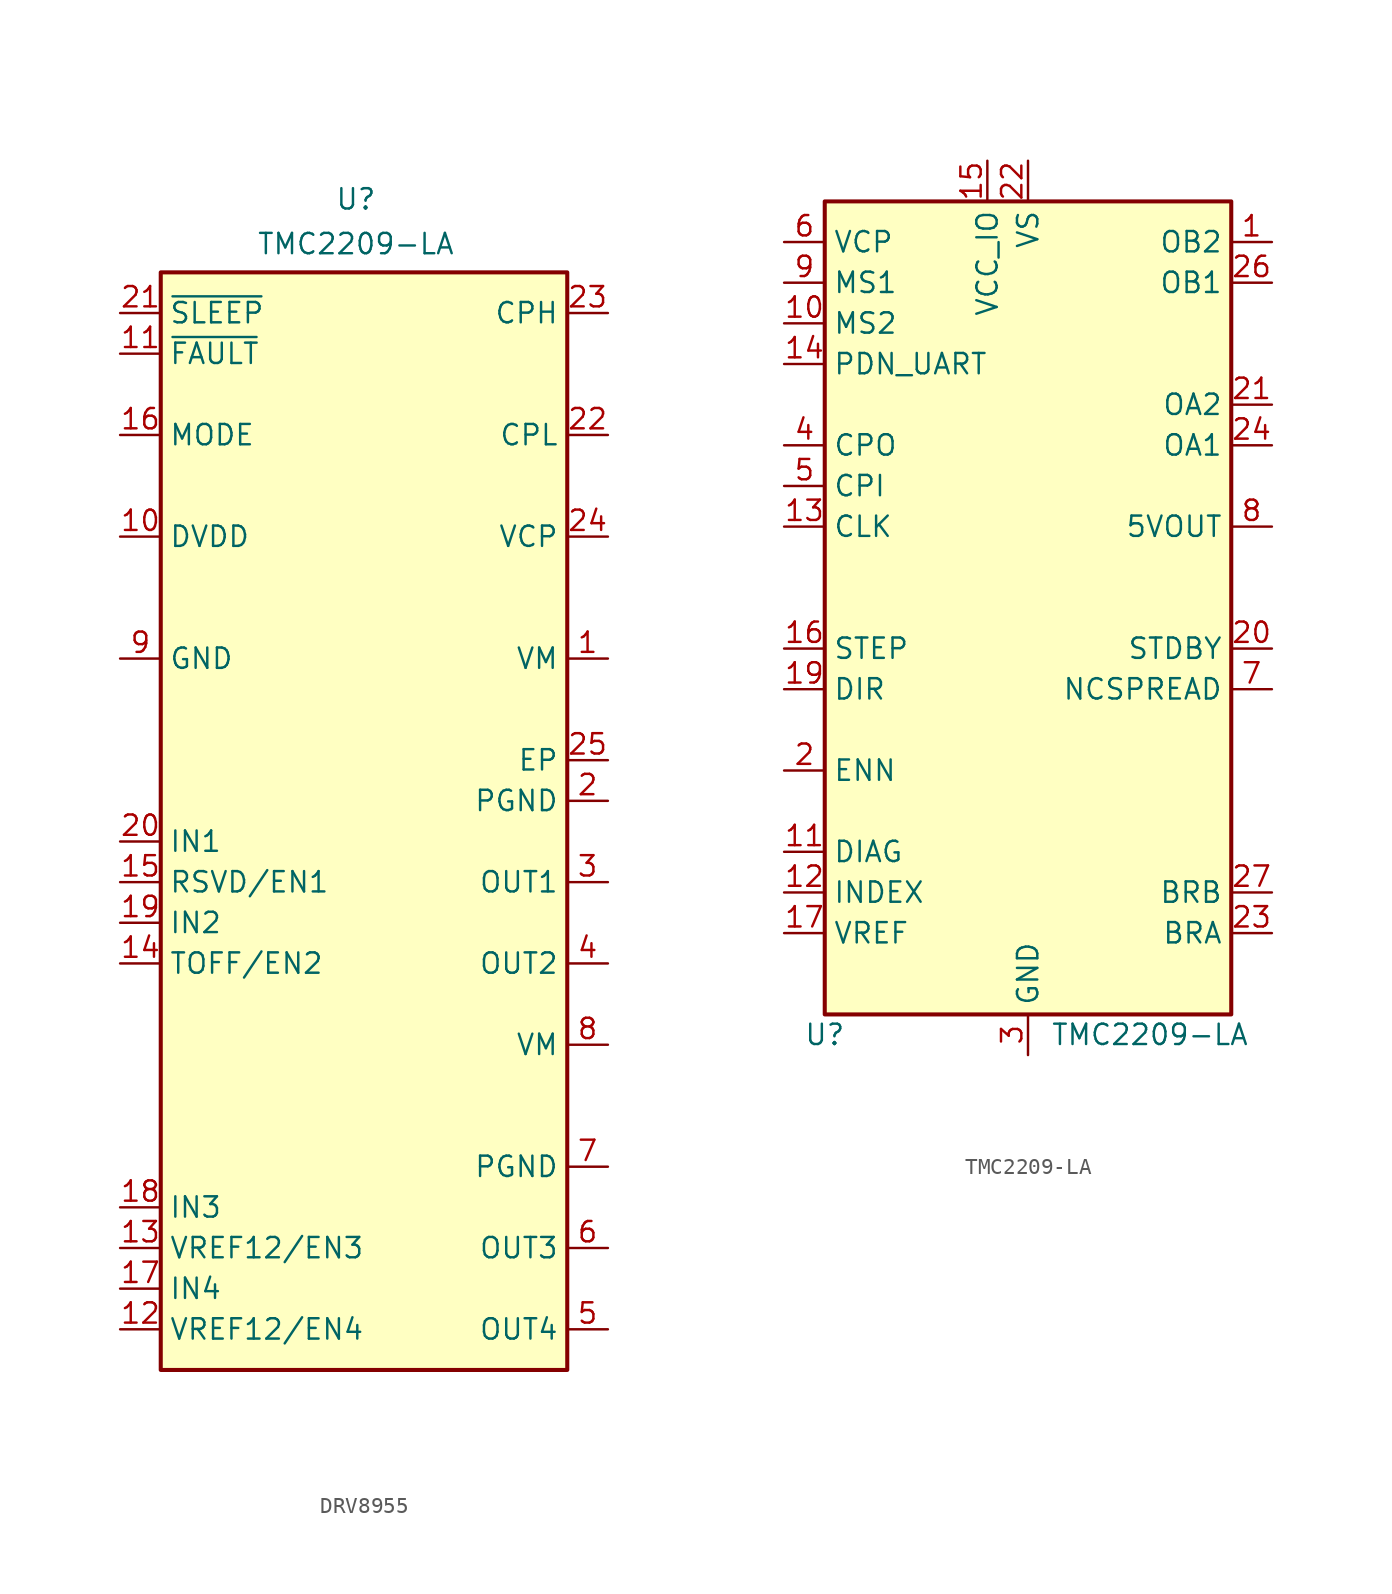
<source format=kicad_sym>
(kicad_symbol_lib
  (version 20241209)
  (generator "kicad_symbol_editor")
  (generator_version "9.0")
  (symbol "DRV8955"
    (property "Reference" "U"
      (at -0.508 38.862 0)
      (effects (font (size 1.27 1.27))))
    (property "Value" "TMC2209-LA"
      (at -0.508 36.068 0)
      (effects (font (size 1.27 1.27))))
    (symbol "DRV8955_1_1"
      (rectangle (start -12.7 34.29) (end 12.7 -34.29) (stroke (width 0.254) (type default)) (fill (type background)))
      (pin input line (at -15.24 31.75 0) (length 2.54) (name "~{SLEEP}" (effects (font (size 1.27 1.27)))) (number "21" (effects (font (size 1.27 1.27)))))
      (pin output line (at -15.24 29.21 0) (length 2.54) (name "~{FAULT}" (effects (font (size 1.27 1.27)))) (number "11" (effects (font (size 1.27 1.27)))))
      (pin input line (at -15.24 24.13 0) (length 2.54) (name "MODE" (effects (font (size 1.27 1.27)))) (number "16" (effects (font (size 1.27 1.27)))))
      (pin power_in line (at -15.24 17.78 0) (length 2.54) (name "DVDD" (effects (font (size 1.27 1.27)))) (number "10" (effects (font (size 1.27 1.27)))))
      (pin power_out line (at -15.24 10.16 0) (length 2.54) (name "GND" (effects (font (size 1.27 1.27)))) (number "9" (effects (font (size 1.27 1.27)))))
      (pin input line (at -15.24 -1.27 0) (length 2.54) (name "IN1" (effects (font (size 1.27 1.27)))) (number "20" (effects (font (size 1.27 1.27)))))
      (pin passive line (at -15.24 -3.81 0) (length 2.54) (name "RSVD/EN1" (effects (font (size 1.27 1.27)))) (number "15" (effects (font (size 1.27 1.27)))))
      (pin input line (at -15.24 -6.35 0) (length 2.54) (name "IN2" (effects (font (size 1.27 1.27)))) (number "19" (effects (font (size 1.27 1.27)))))
      (pin input line (at -15.24 -8.89 0) (length 2.54) (name "TOFF/EN2" (effects (font (size 1.27 1.27)))) (number "14" (effects (font (size 1.27 1.27)))))
      (pin input line (at -15.24 -24.13 0) (length 2.54) (name "IN3" (effects (font (size 1.27 1.27)))) (number "18" (effects (font (size 1.27 1.27)))))
      (pin input line (at -15.24 -26.67 0) (length 2.54) (name "VREF12/EN3" (effects (font (size 1.27 1.27)))) (number "13" (effects (font (size 1.27 1.27)))))
      (pin input line (at -15.24 -29.21 0) (length 2.54) (name "IN4" (effects (font (size 1.27 1.27)))) (number "17" (effects (font (size 1.27 1.27)))))
      (pin input line (at -15.24 -31.75 0) (length 2.54) (name "VREF12/EN4" (effects (font (size 1.27 1.27)))) (number "12" (effects (font (size 1.27 1.27)))))
      (pin input line (at 15.24 31.75 180) (length 2.54) (name "CPH" (effects (font (size 1.27 1.27)))) (number "23" (effects (font (size 1.27 1.27)))))
      (pin input line (at 15.24 24.13 180) (length 2.54) (name "CPL" (effects (font (size 1.27 1.27)))) (number "22" (effects (font (size 1.27 1.27)))))
      (pin passive line (at 15.24 17.78 180) (length 2.54) (name "VCP" (effects (font (size 1.27 1.27)))) (number "24" (effects (font (size 1.27 1.27)))))
      (pin power_in line (at 15.24 10.16 180) (length 2.54) (name "VM" (effects (font (size 1.27 1.27)))) (number "1" (effects (font (size 1.27 1.27)))))
      (pin output line (at 15.24 3.81 180) (length 2.54) (name "EP" (effects (font (size 1.27 1.27)))) (number "25" (effects (font (size 1.27 1.27)))))
      (pin power_out line (at 15.24 1.27 180) (length 2.54) (name "PGND" (effects (font (size 1.27 1.27)))) (number "2" (effects (font (size 1.27 1.27)))))
      (pin output line (at 15.24 -3.81 180) (length 2.54) (name "OUT1" (effects (font (size 1.27 1.27)))) (number "3" (effects (font (size 1.27 1.27)))))
      (pin output line (at 15.24 -8.89 180) (length 2.54) (name "OUT2" (effects (font (size 1.27 1.27)))) (number "4" (effects (font (size 1.27 1.27)))))
      (pin power_in line (at 15.24 -13.97 180) (length 2.54) (name "VM" (effects (font (size 1.27 1.27)))) (number "8" (effects (font (size 1.27 1.27)))))
      (pin input line (at 15.24 -21.59 180) (length 2.54) (name "PGND" (effects (font (size 1.27 1.27)))) (number "7" (effects (font (size 1.27 1.27)))))
      (pin output line (at 15.24 -26.67 180) (length 2.54) (name "OUT3" (effects (font (size 1.27 1.27)))) (number "6" (effects (font (size 1.27 1.27)))))
      (pin output line (at 15.24 -31.75 180) (length 2.54) (name "OUT4" (effects (font (size 1.27 1.27)))) (number "5" (effects (font (size 1.27 1.27)))))))
  (symbol "TMC2209-LA"
    (property "Reference" "U"
      (at -12.7 -26.67 0)
      (effects (font (size 1.27 1.27))))
    (property "Value" "TMC2209-LA"
      (at 7.62 -26.67 0)
      (effects (font (size 1.27 1.27))))
    (symbol "TMC2209-LA_1_1"
      (rectangle (start -12.7 25.4) (end 12.7 -25.4) (stroke (width 0.254) (type default)) (fill (type background)))
      (pin passive line (at -15.24 22.86 0) (length 2.54) (name "VCP" (effects (font (size 1.27 1.27)))) (number "6" (effects (font (size 1.27 1.27)))))
      (pin input line (at -15.24 20.32 0) (length 2.54) (name "MS1" (effects (font (size 1.27 1.27)))) (number "9" (effects (font (size 1.27 1.27)))))
      (pin input line (at -15.24 17.78 0) (length 2.54) (name "MS2" (effects (font (size 1.27 1.27)))) (number "10" (effects (font (size 1.27 1.27)))))
      (pin bidirectional line (at -15.24 15.24 0) (length 2.54) (name "PDN_UART" (effects (font (size 1.27 1.27)))) (number "14" (effects (font (size 1.27 1.27)))))
      (pin passive line (at -15.24 10.16 0) (length 2.54) (name "CPO" (effects (font (size 1.27 1.27)))) (number "4" (effects (font (size 1.27 1.27)))))
      (pin passive line (at -15.24 7.62 0) (length 2.54) (name "CPI" (effects (font (size 1.27 1.27)))) (number "5" (effects (font (size 1.27 1.27)))))
      (pin input line (at -15.24 5.08 0) (length 2.54) (name "CLK" (effects (font (size 1.27 1.27)))) (number "13" (effects (font (size 1.27 1.27)))))
      (pin input line (at -15.24 -2.54 0) (length 2.54) (name "STEP" (effects (font (size 1.27 1.27)))) (number "16" (effects (font (size 1.27 1.27)))))
      (pin input line (at -15.24 -5.08 0) (length 2.54) (name "DIR" (effects (font (size 1.27 1.27)))) (number "19" (effects (font (size 1.27 1.27)))))
      (pin input line (at -15.24 -10.16 0) (length 2.54) (name "ENN" (effects (font (size 1.27 1.27)))) (number "2" (effects (font (size 1.27 1.27)))))
      (pin output line (at -15.24 -15.24 0) (length 2.54) (name "DIAG" (effects (font (size 1.27 1.27)))) (number "11" (effects (font (size 1.27 1.27)))))
      (pin output line (at -15.24 -17.78 0) (length 2.54) (name "INDEX" (effects (font (size 1.27 1.27)))) (number "12" (effects (font (size 1.27 1.27)))))
      (pin input line (at -15.24 -20.32 0) (length 2.54) (name "VREF" (effects (font (size 1.27 1.27)))) (number "17" (effects (font (size 1.27 1.27)))))
      (pin power_in line (at -2.54 27.94 270) (length 2.54) (name "VCC_IO" (effects (font (size 1.27 1.27)))) (number "15" (effects (font (size 1.27 1.27)))))
      (pin power_in line (at 0 27.94 270) (length 2.54) (name "VS" (effects (font (size 1.27 1.27)))) (number "22" (effects (font (size 1.27 1.27)))))
      (pin passive line (at 0 27.94 270) (length 2.54) (hide yes) (name "VS" (effects (font (size 1.27 1.27)))) (number "28" (effects (font (size 1.27 1.27)))))
      (pin passive line (at 0 -27.94 90) (length 2.54) (hide yes) (name "GND" (effects (font (size 1.27 1.27)))) (number "18" (effects (font (size 1.27 1.27)))))
      (pin power_in line (at 0 -27.94 90) (length 2.54) (name "GND" (effects (font (size 1.27 1.27)))) (number "3" (effects (font (size 1.27 1.27)))))
      (pin no_connect line (at 12.7 0 180) (length 2.54) (hide yes) (name "NC" (effects (font (size 1.27 1.27)))) (number "25" (effects (font (size 1.27 1.27)))))
      (pin output line (at 15.24 22.86 180) (length 2.54) (name "OB2" (effects (font (size 1.27 1.27)))) (number "1" (effects (font (size 1.27 1.27)))))
      (pin output line (at 15.24 20.32 180) (length 2.54) (name "OB1" (effects (font (size 1.27 1.27)))) (number "26" (effects (font (size 1.27 1.27)))))
      (pin output line (at 15.24 12.7 180) (length 2.54) (name "OA2" (effects (font (size 1.27 1.27)))) (number "21" (effects (font (size 1.27 1.27)))))
      (pin output line (at 15.24 10.16 180) (length 2.54) (name "OA1" (effects (font (size 1.27 1.27)))) (number "24" (effects (font (size 1.27 1.27)))))
      (pin power_out line (at 15.24 5.08 180) (length 2.54) (name "5VOUT" (effects (font (size 1.27 1.27)))) (number "8" (effects (font (size 1.27 1.27)))))
      (pin input line (at 15.24 -2.54 180) (length 2.54) (name "STDBY" (effects (font (size 1.27 1.27)))) (number "20" (effects (font (size 1.27 1.27)))))
      (pin input line (at 15.24 -5.08 180) (length 2.54) (name "NCSPREAD" (effects (font (size 1.27 1.27)))) (number "7" (effects (font (size 1.27 1.27)))))
      (pin passive line (at 15.24 -17.78 180) (length 2.54) (name "BRB" (effects (font (size 1.27 1.27)))) (number "27" (effects (font (size 1.27 1.27)))))
      (pin passive line (at 15.24 -20.32 180) (length 2.54) (name "BRA" (effects (font (size 1.27 1.27)))) (number "23" (effects (font (size 1.27 1.27))))))))
</source>
